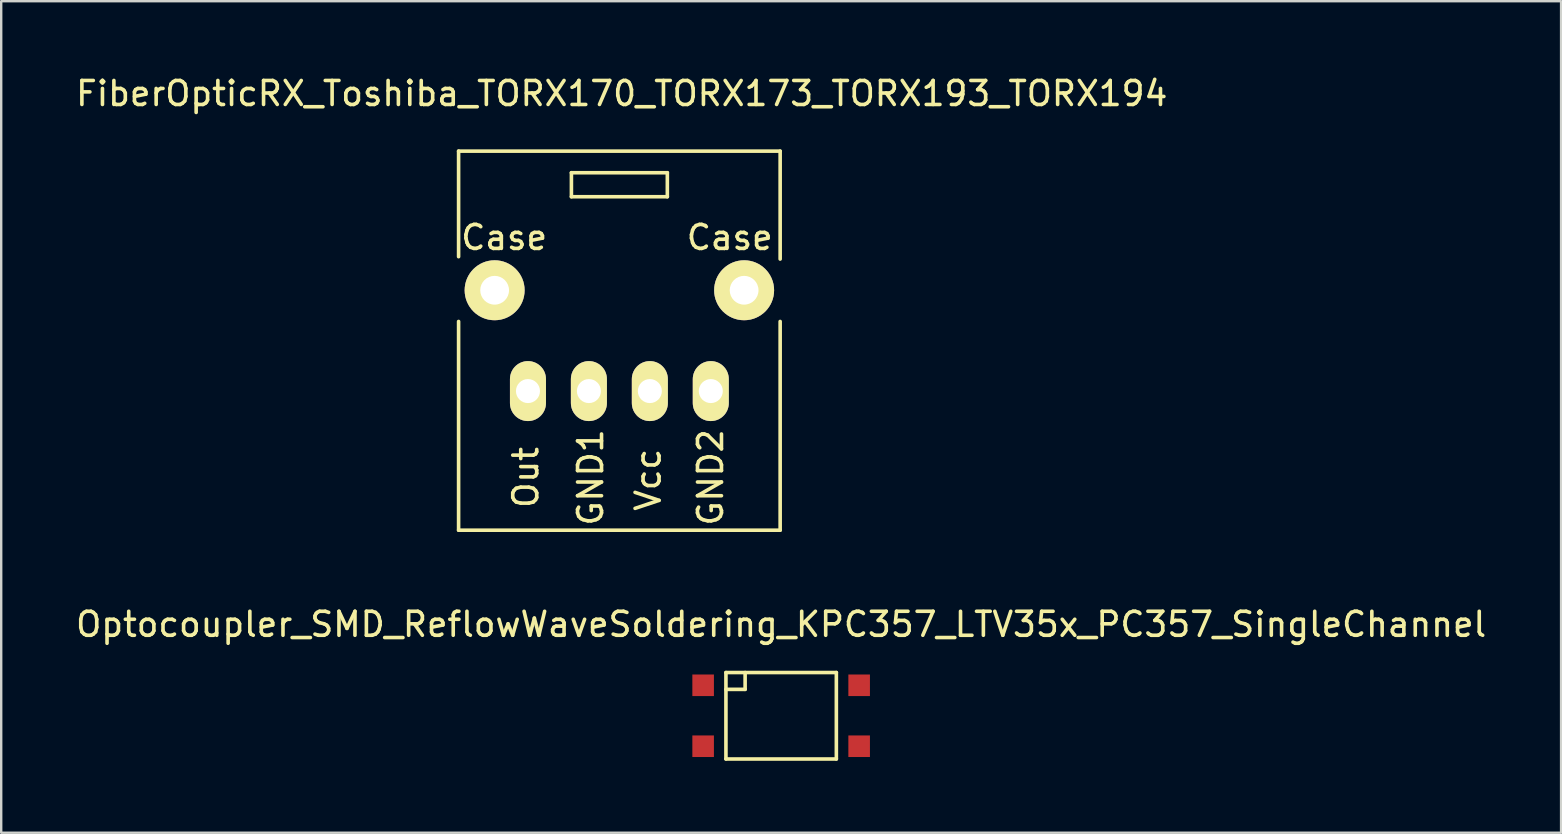
<source format=kicad_pcb>
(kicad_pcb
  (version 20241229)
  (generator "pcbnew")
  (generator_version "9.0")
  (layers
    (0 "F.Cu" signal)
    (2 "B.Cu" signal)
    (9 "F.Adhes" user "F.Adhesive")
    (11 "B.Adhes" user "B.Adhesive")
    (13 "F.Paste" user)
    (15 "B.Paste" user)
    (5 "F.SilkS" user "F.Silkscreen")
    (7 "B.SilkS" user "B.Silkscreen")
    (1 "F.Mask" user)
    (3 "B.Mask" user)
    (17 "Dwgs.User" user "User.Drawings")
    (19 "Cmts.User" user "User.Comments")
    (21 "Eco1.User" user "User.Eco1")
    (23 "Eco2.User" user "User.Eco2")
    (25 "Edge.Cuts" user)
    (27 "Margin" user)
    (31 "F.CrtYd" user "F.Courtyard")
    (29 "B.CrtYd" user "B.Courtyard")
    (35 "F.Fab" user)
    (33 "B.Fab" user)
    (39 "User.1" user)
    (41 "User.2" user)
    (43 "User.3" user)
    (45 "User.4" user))
  (footprint "FiberOpticRX_Toshiba_TORX170_TORX173_TORX193_TORX194"
    (layer "F.Cu")
    (at 22.764 11.148)
    (property "Reference" "FiberOpticRX_Toshiba_TORX170_TORX173_TORX193_TORX194" (at 0.099 -10.3 0) (layer "F.SilkS") (effects (font (size 1 1) (thickness 0.15))))
    (attr through_hole)
    (fp_line (start -6.701 -7.899) (end -6.701 -3.5) (stroke (width 0.15) (type solid)) (layer "F.SilkS"))
    (fp_line (start -6.701 7.899) (end -6.701 -0.8) (stroke (width 0.15) (type solid)) (layer "F.SilkS"))
    (fp_line (start -6.701 7.899) (end 6.701 7.899) (stroke (width 0.15) (type solid)) (layer "F.SilkS"))
    (fp_line (start -1.999 -7) (end 1.999 -7) (stroke (width 0.15) (type solid)) (layer "F.SilkS"))
    (fp_line (start -1.999 -5.999) (end -1.999 -7) (stroke (width 0.15) (type solid)) (layer "F.SilkS"))
    (fp_line (start 1.999 -7) (end 1.999 -5.999) (stroke (width 0.15) (type solid)) (layer "F.SilkS"))
    (fp_line (start 1.999 -5.999) (end -1.999 -5.999) (stroke (width 0.15) (type solid)) (layer "F.SilkS"))
    (fp_line (start 6.701 -7.899) (end -6.701 -7.899) (stroke (width 0.15) (type solid)) (layer "F.SilkS"))
    (fp_line (start 6.701 -7.899) (end 6.701 -3.401) (stroke (width 0.15) (type solid)) (layer "F.SilkS"))
    (fp_line (start 6.701 7.899) (end 6.701 -0.8) (stroke (width 0.15) (type solid)) (layer "F.SilkS"))
    (fp_text user "Case" (at 4.6 -4.3 0) (layer "F.SilkS") (effects (font (size 1 1) (thickness 0.15))))
    (fp_text user "GND1" (at -1.199 5.7 90) (layer "F.SilkS") (effects (font (size 1 1) (thickness 0.15))))
    (fp_text user "Case" (at -4.801 -4.3 0) (layer "F.SilkS") (effects (font (size 1 1) (thickness 0.15))))
    (fp_text user "Out" (at -3.899 5.7 90) (layer "F.SilkS") (effects (font (size 1 1) (thickness 0.15))))
    (fp_text user "GND2" (at 3.8 5.7 90) (layer "F.SilkS") (effects (font (size 1 1) (thickness 0.15))))
    (fp_text user "Vcc" (at 1.199 5.799 90) (layer "F.SilkS") (effects (font (size 1 1) (thickness 0.15))))
    (pad "1" thru_hole oval (at -3.81 2.101) (size 1.501 2.499) (drill 1.001) (layers "*.Cu" "*.Mask" "F.SilkS"))
    (pad "2" thru_hole oval (at -1.27 2.101) (size 1.501 2.499) (drill 1.001) (layers "*.Cu" "*.Mask" "F.SilkS"))
    (pad "3" thru_hole oval (at 1.27 2.101) (size 1.501 2.499) (drill 1.001) (layers "*.Cu" "*.Mask" "F.SilkS"))
    (pad "4" thru_hole oval (at 3.81 2.101) (size 1.501 2.499) (drill 1.001) (layers "*.Cu" "*.Mask" "F.SilkS"))
    (pad "5" thru_hole circle (at 5.199 -2.101) (size 2.499 2.499) (drill 1.199) (layers "*.Cu" "*.Mask" "F.SilkS"))
    (pad "6" thru_hole circle (at -5.199 -2.101) (size 2.499 2.499) (drill 1.199) (layers "*.Cu" "*.Mask" "F.SilkS")))
  (footprint "Optocoupler_SMD_ReflowWaveSoldering_KPC357_LTV35x_PC357_SingleChannel"
    (layer "F.Cu")
    (at 29.506 26.781)
    (property "Reference" "Optocoupler_SMD_ReflowWaveSoldering_KPC357_LTV35x_PC357_SingleChannel" (at 0 -3.81 0) (layer "F.SilkS") (effects (font (size 1 1) (thickness 0.15))))
    (attr through_hole)
    (fp_line (start -2.301 -1.801) (end -2.301 1.801) (stroke (width 0.15) (type solid)) (layer "F.SilkS"))
    (fp_line (start -2.301 1.801) (end 2.301 1.801) (stroke (width 0.15) (type solid)) (layer "F.SilkS"))
    (fp_line (start -1.501 -1.801) (end -1.501 -1.1) (stroke (width 0.15) (type solid)) (layer "F.SilkS"))
    (fp_line (start -1.501 -1.1) (end -2.301 -1.1) (stroke (width 0.15) (type solid)) (layer "F.SilkS"))
    (fp_line (start 2.301 -1.801) (end -2.301 -1.801) (stroke (width 0.15) (type solid)) (layer "F.SilkS"))
    (fp_line (start 2.301 1.801) (end 2.301 -1.801) (stroke (width 0.15) (type solid)) (layer "F.SilkS"))
    (pad "1" smd rect (at -3.251 -1.27) (size 0.899 0.899) (layers "F.Cu" "F.Mask" "F.Paste"))
    (pad "2" smd rect (at -3.251 1.27) (size 0.899 0.899) (layers "F.Cu" "F.Mask" "F.Paste"))
    (pad "3" smd rect (at 3.251 1.27) (size 0.899 0.899) (layers "F.Cu" "F.Mask" "F.Paste"))
    (pad "4" smd rect (at 3.251 -1.27) (size 0.899 0.899) (layers "F.Cu" "F.Mask" "F.Paste")))
  (gr_rect
    (start -3 -3)
    (end 62.012 31.656)
    (stroke (width 0.1) (type default))
    (fill no)
    (layer "Edge.Cuts")))
</source>
